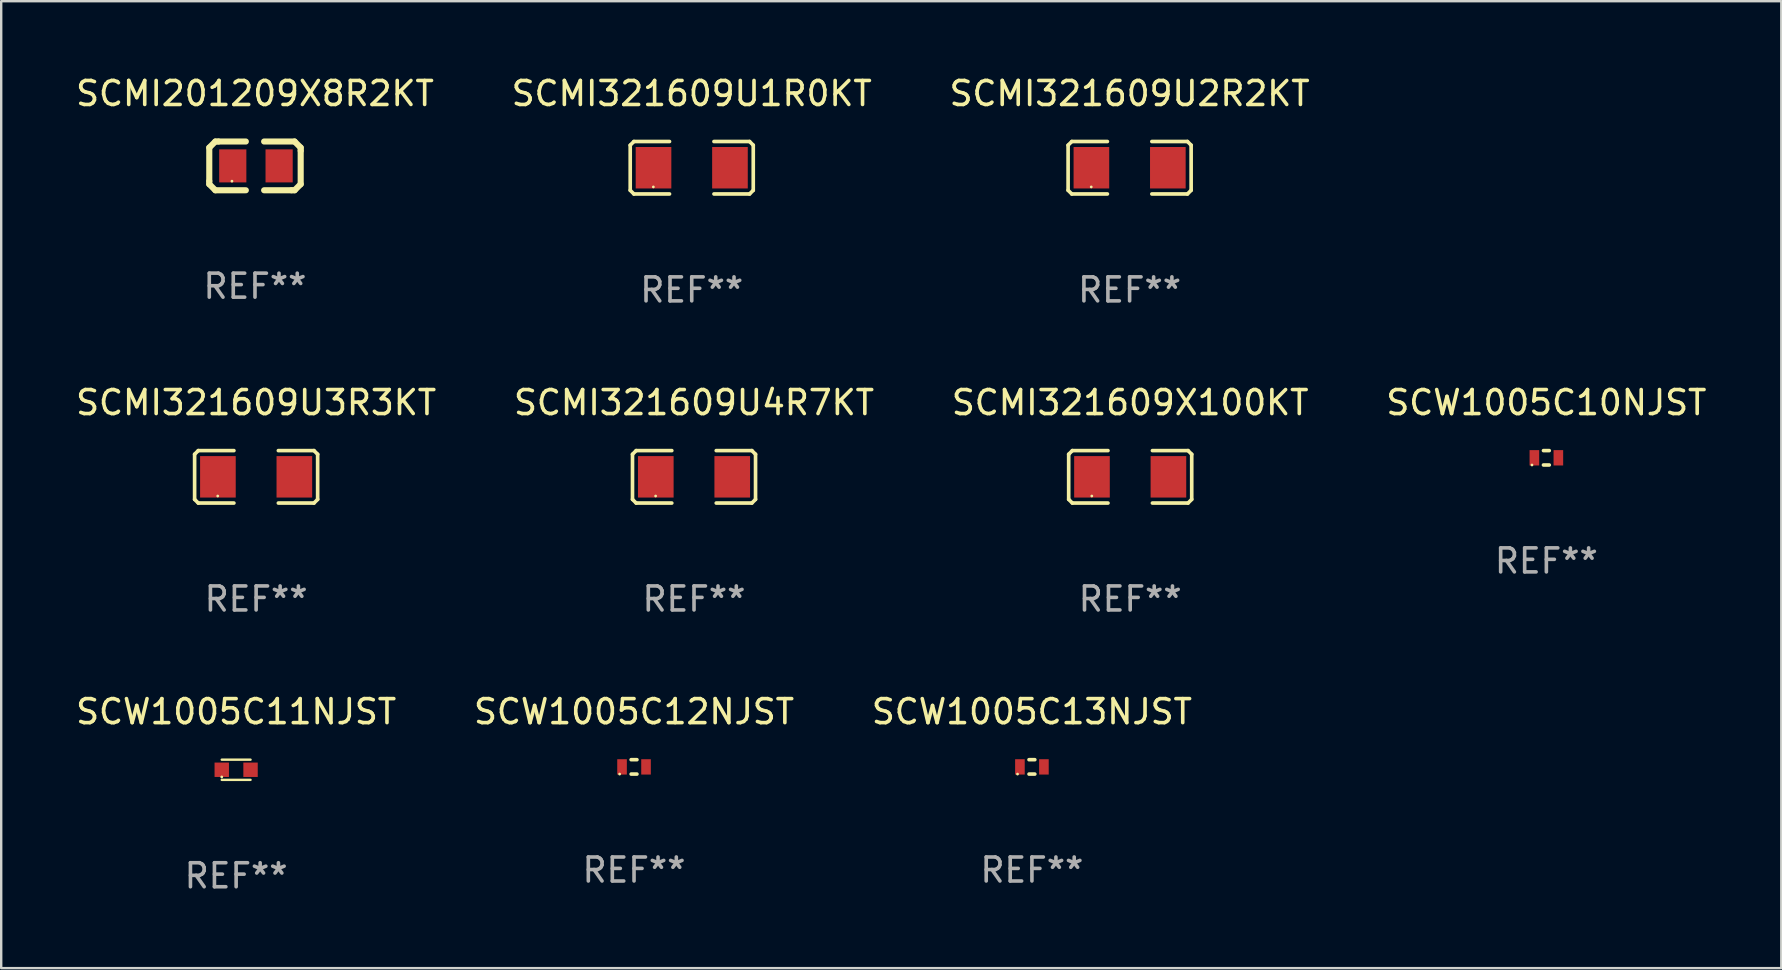
<source format=kicad_pcb>
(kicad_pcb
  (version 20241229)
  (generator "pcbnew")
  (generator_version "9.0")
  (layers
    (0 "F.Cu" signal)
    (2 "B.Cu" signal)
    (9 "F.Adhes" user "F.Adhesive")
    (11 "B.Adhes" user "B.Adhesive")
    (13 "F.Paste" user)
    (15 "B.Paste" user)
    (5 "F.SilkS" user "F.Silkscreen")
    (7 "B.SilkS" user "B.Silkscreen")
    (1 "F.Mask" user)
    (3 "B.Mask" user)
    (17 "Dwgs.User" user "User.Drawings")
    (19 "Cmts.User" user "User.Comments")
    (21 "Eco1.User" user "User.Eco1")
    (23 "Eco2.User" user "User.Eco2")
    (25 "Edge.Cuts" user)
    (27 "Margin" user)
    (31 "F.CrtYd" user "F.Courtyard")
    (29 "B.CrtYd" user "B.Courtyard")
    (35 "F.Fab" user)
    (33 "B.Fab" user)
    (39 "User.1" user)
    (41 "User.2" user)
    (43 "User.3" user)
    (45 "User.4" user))
  (footprint "SCW1005C13NJST"
    (layer "F.Cu")
    (at 39.958 28.912)
    (property "Reference" "SCW1005C13NJST" (at 0 -2.3 0) (layer "F.SilkS") (effects (font (size 1 1) (thickness 0.15))))
    (attr through_hole)
    (fp_line (start -0.121 -0.3) (end 0.121 -0.3) (stroke (width 0.15) (type solid)) (layer "F.SilkS"))
    (fp_line (start -0.121 0.3) (end 0.121 0.3) (stroke (width 0.15) (type solid)) (layer "F.SilkS"))
    (fp_circle (center -0.6 0.3) (end -0.57 0.3) (stroke (width 0.06) (type solid)) (fill no) (layer "F.SilkS"))
    (fp_text user "REF**" (at 0 4.3 0) (layer "F.Fab") (effects (font (size 1 1) (thickness 0.15))))
    (pad "1" smd rect (at -0.5 0 90) (size 0.64 0.4) (layers "F.Cu" "F.Mask" "F.Paste"))
    (pad "2" smd rect (at 0.5 0 90) (size 0.64 0.4) (layers "F.Cu" "F.Mask" "F.Paste")))
  (footprint "SCMI321609U3R3KT"
    (layer "F.Cu")
    (at 7.625 16.823)
    (property "Reference" "SCMI321609U3R3KT" (at 0 -3.093 0) (layer "F.SilkS") (effects (font (size 1 1) (thickness 0.15))))
    (attr through_hole)
    (fp_line (start -2.564 -0.94) (end -2.411 -1.093) (stroke (width 0.152) (type solid)) (layer "F.SilkS"))
    (fp_line (start -2.564 0.94) (end -2.564 -0.94) (stroke (width 0.152) (type solid)) (layer "F.SilkS"))
    (fp_line (start -2.411 -1.093) (end -0.926 -1.093) (stroke (width 0.152) (type solid)) (layer "F.SilkS"))
    (fp_line (start -2.411 1.093) (end -2.564 0.94) (stroke (width 0.152) (type solid)) (layer "F.SilkS"))
    (fp_line (start -0.926 1.093) (end -2.411 1.093) (stroke (width 0.152) (type solid)) (layer "F.SilkS"))
    (fp_line (start 0.926 1.093) (end 2.411 1.093) (stroke (width 0.152) (type solid)) (layer "F.SilkS"))
    (fp_line (start 2.411 -1.093) (end 0.926 -1.093) (stroke (width 0.152) (type solid)) (layer "F.SilkS"))
    (fp_line (start 2.411 1.093) (end 2.564 0.94) (stroke (width 0.152) (type solid)) (layer "F.SilkS"))
    (fp_line (start 2.564 -0.94) (end 2.411 -1.093) (stroke (width 0.152) (type solid)) (layer "F.SilkS"))
    (fp_line (start 2.564 0.94) (end 2.564 -0.94) (stroke (width 0.152) (type solid)) (layer "F.SilkS"))
    (fp_circle (center -1.6 0.8) (end -1.57 0.8) (stroke (width 0.06) (type solid)) (fill no) (layer "F.SilkS"))
    (fp_text user "REF**" (at 0 5.093 0) (layer "F.Fab") (effects (font (size 1 1) (thickness 0.15))))
    (pad "1" smd rect (at -1.593 0) (size 1.485 1.728) (layers "F.Cu" "F.Mask" "F.Paste"))
    (pad "2" smd rect (at 1.593 0) (size 1.485 1.728) (layers "F.Cu" "F.Mask" "F.Paste")))
  (footprint "SCW1005C11NJST"
    (layer "F.Cu")
    (at 6.792 29.032)
    (property "Reference" "SCW1005C11NJST" (at 0 -2.42 0) (layer "F.SilkS") (effects (font (size 1 1) (thickness 0.15))))
    (attr through_hole)
    (fp_line (start -0.6 -0.42) (end 0.6 -0.42) (stroke (width 0.1) (type solid)) (layer "F.SilkS"))
    (fp_line (start -0.6 0.42) (end 0.6 0.42) (stroke (width 0.1) (type solid)) (layer "F.SilkS"))
    (fp_circle (center -0.6 0.3) (end -0.57 0.3) (stroke (width 0.06) (type solid)) (fill no) (layer "F.SilkS"))
    (fp_text user "REF**" (at 0 4.42 0) (layer "F.Fab") (effects (font (size 1 1) (thickness 0.15))))
    (pad "1" smd rect (at -0.6 0) (size 0.6 0.6) (layers "F.Cu" "F.Mask" "F.Paste"))
    (pad "2" smd rect (at 0.6 0) (size 0.6 0.6) (layers "F.Cu" "F.Mask" "F.Paste")))
  (footprint "SCMI321609U1R0KT"
    (layer "F.Cu")
    (at 25.78 3.941)
    (property "Reference" "SCMI321609U1R0KT" (at 0 -3.093 0) (layer "F.SilkS") (effects (font (size 1 1) (thickness 0.15))))
    (attr through_hole)
    (fp_line (start -2.564 -0.94) (end -2.411 -1.093) (stroke (width 0.152) (type solid)) (layer "F.SilkS"))
    (fp_line (start -2.564 0.94) (end -2.564 -0.94) (stroke (width 0.152) (type solid)) (layer "F.SilkS"))
    (fp_line (start -2.411 -1.093) (end -0.926 -1.093) (stroke (width 0.152) (type solid)) (layer "F.SilkS"))
    (fp_line (start -2.411 1.093) (end -2.564 0.94) (stroke (width 0.152) (type solid)) (layer "F.SilkS"))
    (fp_line (start -0.926 1.093) (end -2.411 1.093) (stroke (width 0.152) (type solid)) (layer "F.SilkS"))
    (fp_line (start 0.926 1.093) (end 2.411 1.093) (stroke (width 0.152) (type solid)) (layer "F.SilkS"))
    (fp_line (start 2.411 -1.093) (end 0.926 -1.093) (stroke (width 0.152) (type solid)) (layer "F.SilkS"))
    (fp_line (start 2.411 1.093) (end 2.564 0.94) (stroke (width 0.152) (type solid)) (layer "F.SilkS"))
    (fp_line (start 2.564 -0.94) (end 2.411 -1.093) (stroke (width 0.152) (type solid)) (layer "F.SilkS"))
    (fp_line (start 2.564 0.94) (end 2.564 -0.94) (stroke (width 0.152) (type solid)) (layer "F.SilkS"))
    (fp_circle (center -1.6 0.8) (end -1.57 0.8) (stroke (width 0.06) (type solid)) (fill no) (layer "F.SilkS"))
    (fp_text user "REF**" (at 0 5.093 0) (layer "F.Fab") (effects (font (size 1 1) (thickness 0.15))))
    (pad "1" smd rect (at -1.593 0) (size 1.485 1.728) (layers "F.Cu" "F.Mask" "F.Paste"))
    (pad "2" smd rect (at 1.593 0) (size 1.485 1.728) (layers "F.Cu" "F.Mask" "F.Paste")))
  (footprint "SCW1005C12NJST"
    (layer "F.Cu")
    (at 23.375 28.912)
    (property "Reference" "SCW1005C12NJST" (at 0 -2.3 0) (layer "F.SilkS") (effects (font (size 1 1) (thickness 0.15))))
    (attr through_hole)
    (fp_line (start -0.121 -0.3) (end 0.121 -0.3) (stroke (width 0.15) (type solid)) (layer "F.SilkS"))
    (fp_line (start -0.121 0.3) (end 0.121 0.3) (stroke (width 0.15) (type solid)) (layer "F.SilkS"))
    (fp_circle (center -0.6 0.3) (end -0.57 0.3) (stroke (width 0.06) (type solid)) (fill no) (layer "F.SilkS"))
    (fp_text user "REF**" (at 0 4.3 0) (layer "F.Fab") (effects (font (size 1 1) (thickness 0.15))))
    (pad "1" smd rect (at -0.5 0 90) (size 0.64 0.4) (layers "F.Cu" "F.Mask" "F.Paste"))
    (pad "2" smd rect (at 0.5 0 90) (size 0.64 0.4) (layers "F.Cu" "F.Mask" "F.Paste")))
  (footprint "SCMI321609X100KT"
    (layer "F.Cu")
    (at 44.054 16.823)
    (property "Reference" "SCMI321609X100KT" (at 0 -3.093 0) (layer "F.SilkS") (effects (font (size 1 1) (thickness 0.15))))
    (attr through_hole)
    (fp_line (start -2.564 -0.94) (end -2.411 -1.093) (stroke (width 0.152) (type solid)) (layer "F.SilkS"))
    (fp_line (start -2.564 0.94) (end -2.564 -0.94) (stroke (width 0.152) (type solid)) (layer "F.SilkS"))
    (fp_line (start -2.411 -1.093) (end -0.926 -1.093) (stroke (width 0.152) (type solid)) (layer "F.SilkS"))
    (fp_line (start -2.411 1.093) (end -2.564 0.94) (stroke (width 0.152) (type solid)) (layer "F.SilkS"))
    (fp_line (start -0.926 1.093) (end -2.411 1.093) (stroke (width 0.152) (type solid)) (layer "F.SilkS"))
    (fp_line (start 0.926 1.093) (end 2.411 1.093) (stroke (width 0.152) (type solid)) (layer "F.SilkS"))
    (fp_line (start 2.411 -1.093) (end 0.926 -1.093) (stroke (width 0.152) (type solid)) (layer "F.SilkS"))
    (fp_line (start 2.411 1.093) (end 2.564 0.94) (stroke (width 0.152) (type solid)) (layer "F.SilkS"))
    (fp_line (start 2.564 -0.94) (end 2.411 -1.093) (stroke (width 0.152) (type solid)) (layer "F.SilkS"))
    (fp_line (start 2.564 0.94) (end 2.564 -0.94) (stroke (width 0.152) (type solid)) (layer "F.SilkS"))
    (fp_circle (center -1.6 0.8) (end -1.57 0.8) (stroke (width 0.06) (type solid)) (fill no) (layer "F.SilkS"))
    (fp_text user "REF**" (at 0 5.093 0) (layer "F.Fab") (effects (font (size 1 1) (thickness 0.15))))
    (pad "1" smd rect (at -1.593 0) (size 1.485 1.728) (layers "F.Cu" "F.Mask" "F.Paste"))
    (pad "2" smd rect (at 1.593 0) (size 1.485 1.728) (layers "F.Cu" "F.Mask" "F.Paste")))
  (footprint "SCMI321609U2R2KT"
    (layer "F.Cu")
    (at 44.03 3.941)
    (property "Reference" "SCMI321609U2R2KT" (at 0 -3.093 0) (layer "F.SilkS") (effects (font (size 1 1) (thickness 0.15))))
    (attr through_hole)
    (fp_line (start -2.564 -0.94) (end -2.411 -1.093) (stroke (width 0.152) (type solid)) (layer "F.SilkS"))
    (fp_line (start -2.564 0.94) (end -2.564 -0.94) (stroke (width 0.152) (type solid)) (layer "F.SilkS"))
    (fp_line (start -2.411 -1.093) (end -0.926 -1.093) (stroke (width 0.152) (type solid)) (layer "F.SilkS"))
    (fp_line (start -2.411 1.093) (end -2.564 0.94) (stroke (width 0.152) (type solid)) (layer "F.SilkS"))
    (fp_line (start -0.926 1.093) (end -2.411 1.093) (stroke (width 0.152) (type solid)) (layer "F.SilkS"))
    (fp_line (start 0.926 1.093) (end 2.411 1.093) (stroke (width 0.152) (type solid)) (layer "F.SilkS"))
    (fp_line (start 2.411 -1.093) (end 0.926 -1.093) (stroke (width 0.152) (type solid)) (layer "F.SilkS"))
    (fp_line (start 2.411 1.093) (end 2.564 0.94) (stroke (width 0.152) (type solid)) (layer "F.SilkS"))
    (fp_line (start 2.564 -0.94) (end 2.411 -1.093) (stroke (width 0.152) (type solid)) (layer "F.SilkS"))
    (fp_line (start 2.564 0.94) (end 2.564 -0.94) (stroke (width 0.152) (type solid)) (layer "F.SilkS"))
    (fp_circle (center -1.6 0.8) (end -1.57 0.8) (stroke (width 0.06) (type solid)) (fill no) (layer "F.SilkS"))
    (fp_text user "REF**" (at 0 5.093 0) (layer "F.Fab") (effects (font (size 1 1) (thickness 0.15))))
    (pad "1" smd rect (at -1.593 0) (size 1.485 1.728) (layers "F.Cu" "F.Mask" "F.Paste"))
    (pad "2" smd rect (at 1.593 0) (size 1.485 1.728) (layers "F.Cu" "F.Mask" "F.Paste")))
  (footprint "SCW1005C10NJST"
    (layer "F.Cu")
    (at 61.399 16.03)
    (property "Reference" "SCW1005C10NJST" (at 0 -2.3 0) (layer "F.SilkS") (effects (font (size 1 1) (thickness 0.15))))
    (attr through_hole)
    (fp_line (start -0.121 -0.3) (end 0.121 -0.3) (stroke (width 0.15) (type solid)) (layer "F.SilkS"))
    (fp_line (start -0.121 0.3) (end 0.121 0.3) (stroke (width 0.15) (type solid)) (layer "F.SilkS"))
    (fp_circle (center -0.6 0.3) (end -0.57 0.3) (stroke (width 0.06) (type solid)) (fill no) (layer "F.SilkS"))
    (fp_text user "REF**" (at 0 4.3 0) (layer "F.Fab") (effects (font (size 1 1) (thickness 0.15))))
    (pad "1" smd rect (at -0.5 0 90) (size 0.64 0.4) (layers "F.Cu" "F.Mask" "F.Paste"))
    (pad "2" smd rect (at 0.5 0 90) (size 0.64 0.4) (layers "F.Cu" "F.Mask" "F.Paste")))
  (footprint "SCMI201209X8R2KT"
    (layer "F.Cu")
    (at 7.577 3.864)
    (property "Reference" "SCMI201209X8R2KT" (at 0 -3.016 0) (layer "F.SilkS") (effects (font (size 1 1) (thickness 0.15))))
    (attr through_hole)
    (fp_line (start -1.905 -0.762) (end -1.905 0.635) (stroke (width 0.254) (type solid)) (layer "F.SilkS"))
    (fp_line (start -1.905 0.635) (end -1.905 0.762) (stroke (width 0.254) (type solid)) (layer "F.SilkS"))
    (fp_line (start -1.905 0.762) (end -1.651 1.016) (stroke (width 0.254) (type solid)) (layer "F.SilkS"))
    (fp_line (start -1.651 -1.016) (end -1.905 -0.762) (stroke (width 0.254) (type solid)) (layer "F.SilkS"))
    (fp_line (start -1.651 1.016) (end -0.381 1.016) (stroke (width 0.254) (type solid)) (layer "F.SilkS"))
    (fp_line (start -1.524 -1.016) (end -1.651 -1.016) (stroke (width 0.254) (type solid)) (layer "F.SilkS"))
    (fp_line (start -0.381 -1.016) (end -1.524 -1.016) (stroke (width 0.254) (type solid)) (layer "F.SilkS"))
    (fp_line (start 0.381 1.016) (end 1.524 1.016) (stroke (width 0.254) (type solid)) (layer "F.SilkS"))
    (fp_line (start 1.524 1.016) (end 1.651 1.016) (stroke (width 0.254) (type solid)) (layer "F.SilkS"))
    (fp_line (start 1.651 -1.016) (end 0.381 -1.016) (stroke (width 0.254) (type solid)) (layer "F.SilkS"))
    (fp_line (start 1.651 1.016) (end 1.905 0.762) (stroke (width 0.254) (type solid)) (layer "F.SilkS"))
    (fp_line (start 1.905 -0.762) (end 1.651 -1.016) (stroke (width 0.254) (type solid)) (layer "F.SilkS"))
    (fp_line (start 1.905 -0.635) (end 1.905 -0.762) (stroke (width 0.254) (type solid)) (layer "F.SilkS"))
    (fp_line (start 1.905 0.762) (end 1.905 -0.635) (stroke (width 0.254) (type solid)) (layer "F.SilkS"))
    (fp_circle (center -0.96 0.637) (end -0.93 0.637) (stroke (width 0.06) (type solid)) (fill no) (layer "F.SilkS"))
    (fp_text user "REF**" (at 0 5.016 0) (layer "F.Fab") (effects (font (size 1 1) (thickness 0.15))))
    (pad "1" smd rect (at -0.926 -0.000051) (size 1.133 1.377) (layers "F.Cu" "F.Mask" "F.Paste"))
    (pad "2" smd rect (at 1.006 -0.000051) (size 1.133 1.377) (layers "F.Cu" "F.Mask" "F.Paste")))
  (footprint "SCMI321609U4R7KT"
    (layer "F.Cu")
    (at 25.875 16.823)
    (property "Reference" "SCMI321609U4R7KT" (at 0 -3.093 0) (layer "F.SilkS") (effects (font (size 1 1) (thickness 0.15))))
    (attr through_hole)
    (fp_line (start -2.564 -0.94) (end -2.411 -1.093) (stroke (width 0.152) (type solid)) (layer "F.SilkS"))
    (fp_line (start -2.564 0.94) (end -2.564 -0.94) (stroke (width 0.152) (type solid)) (layer "F.SilkS"))
    (fp_line (start -2.411 -1.093) (end -0.926 -1.093) (stroke (width 0.152) (type solid)) (layer "F.SilkS"))
    (fp_line (start -2.411 1.093) (end -2.564 0.94) (stroke (width 0.152) (type solid)) (layer "F.SilkS"))
    (fp_line (start -0.926 1.093) (end -2.411 1.093) (stroke (width 0.152) (type solid)) (layer "F.SilkS"))
    (fp_line (start 0.926 1.093) (end 2.411 1.093) (stroke (width 0.152) (type solid)) (layer "F.SilkS"))
    (fp_line (start 2.411 -1.093) (end 0.926 -1.093) (stroke (width 0.152) (type solid)) (layer "F.SilkS"))
    (fp_line (start 2.411 1.093) (end 2.564 0.94) (stroke (width 0.152) (type solid)) (layer "F.SilkS"))
    (fp_line (start 2.564 -0.94) (end 2.411 -1.093) (stroke (width 0.152) (type solid)) (layer "F.SilkS"))
    (fp_line (start 2.564 0.94) (end 2.564 -0.94) (stroke (width 0.152) (type solid)) (layer "F.SilkS"))
    (fp_circle (center -1.6 0.8) (end -1.57 0.8) (stroke (width 0.06) (type solid)) (fill no) (layer "F.SilkS"))
    (fp_text user "REF**" (at 0 5.093 0) (layer "F.Fab") (effects (font (size 1 1) (thickness 0.15))))
    (pad "1" smd rect (at -1.593 0) (size 1.485 1.728) (layers "F.Cu" "F.Mask" "F.Paste"))
    (pad "2" smd rect (at 1.593 0) (size 1.485 1.728) (layers "F.Cu" "F.Mask" "F.Paste")))
  (gr_rect
    (start -3 -3)
    (end 71.19 37.3)
    (stroke (width 0.1) (type default))
    (fill no)
    (layer "Edge.Cuts")))
</source>
